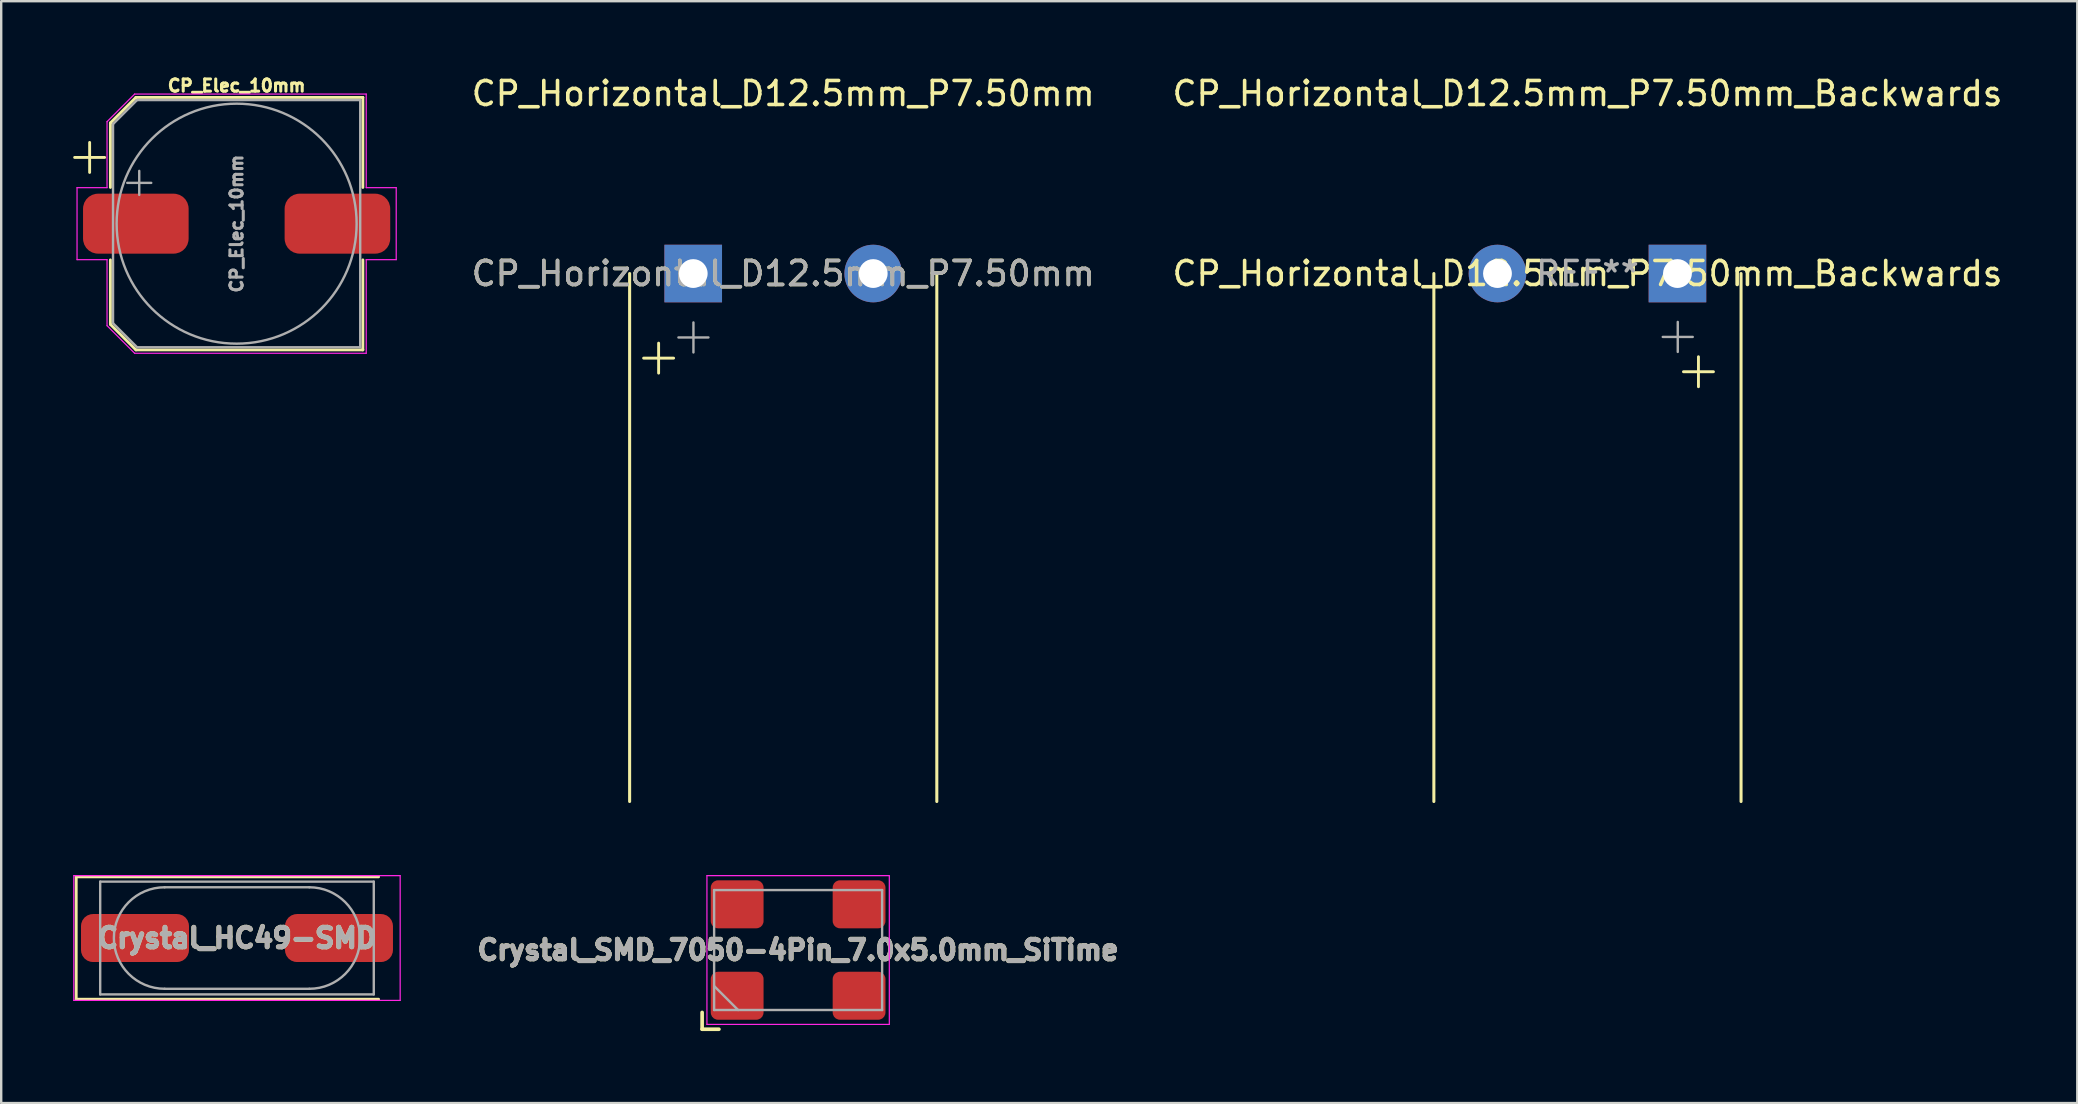
<source format=kicad_pcb>
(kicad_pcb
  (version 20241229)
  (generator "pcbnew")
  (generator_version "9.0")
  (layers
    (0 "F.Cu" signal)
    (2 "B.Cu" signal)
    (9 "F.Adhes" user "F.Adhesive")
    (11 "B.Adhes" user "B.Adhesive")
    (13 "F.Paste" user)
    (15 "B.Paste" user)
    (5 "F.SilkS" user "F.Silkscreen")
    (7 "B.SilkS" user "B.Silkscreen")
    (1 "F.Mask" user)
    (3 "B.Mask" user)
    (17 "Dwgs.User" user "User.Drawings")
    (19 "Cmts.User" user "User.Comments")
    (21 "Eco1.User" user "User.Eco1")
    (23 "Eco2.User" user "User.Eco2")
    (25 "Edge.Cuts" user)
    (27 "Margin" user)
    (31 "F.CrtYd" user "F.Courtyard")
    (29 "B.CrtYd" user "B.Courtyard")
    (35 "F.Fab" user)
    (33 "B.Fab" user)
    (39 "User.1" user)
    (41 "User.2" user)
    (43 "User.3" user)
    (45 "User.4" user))
  (footprint "CP_Elec_10mm"
    (layer "F.Cu")
    (at 6.81 6.27)
    (property "Reference" "CP_Elec_10mm" (at 0 -5.75 0) (layer "F.SilkS") (effects (font (size 0.508 0.508) (thickness 0.127))))
    (attr smd)
    (fp_line (start -6.75 -2.76) (end -5.5 -2.76) (stroke (width 0.12) (type solid)) (layer "F.SilkS"))
    (fp_line (start -6.125 -3.385) (end -6.125 -2.135) (stroke (width 0.12) (type solid)) (layer "F.SilkS"))
    (fp_line (start -5.26 -4.196) (end -5.26 -1.51) (stroke (width 0.12) (type solid)) (layer "F.SilkS"))
    (fp_line (start -5.26 -4.196) (end -4.196 -5.26) (stroke (width 0.12) (type solid)) (layer "F.SilkS"))
    (fp_line (start -5.26 4.196) (end -5.26 1.51) (stroke (width 0.12) (type solid)) (layer "F.SilkS"))
    (fp_line (start -5.26 4.196) (end -4.196 5.26) (stroke (width 0.12) (type solid)) (layer "F.SilkS"))
    (fp_line (start -4.196 -5.26) (end 5.26 -5.26) (stroke (width 0.12) (type solid)) (layer "F.SilkS"))
    (fp_line (start -4.196 5.26) (end 5.26 5.26) (stroke (width 0.12) (type solid)) (layer "F.SilkS"))
    (fp_line (start 5.26 -5.26) (end 5.26 -1.51) (stroke (width 0.12) (type solid)) (layer "F.SilkS"))
    (fp_line (start 5.26 5.26) (end 5.26 1.51) (stroke (width 0.12) (type solid)) (layer "F.SilkS"))
    (fp_line (start -6.65 -1.5) (end -6.65 1.5) (stroke (width 0.05) (type solid)) (layer "F.CrtYd"))
    (fp_line (start -6.65 1.5) (end -5.4 1.5) (stroke (width 0.05) (type solid)) (layer "F.CrtYd"))
    (fp_line (start -5.4 -4.25) (end -5.4 -1.5) (stroke (width 0.05) (type solid)) (layer "F.CrtYd"))
    (fp_line (start -5.4 -4.25) (end -4.25 -5.4) (stroke (width 0.05) (type solid)) (layer "F.CrtYd"))
    (fp_line (start -5.4 -1.5) (end -6.65 -1.5) (stroke (width 0.05) (type solid)) (layer "F.CrtYd"))
    (fp_line (start -5.4 1.5) (end -5.4 4.25) (stroke (width 0.05) (type solid)) (layer "F.CrtYd"))
    (fp_line (start -5.4 4.25) (end -4.25 5.4) (stroke (width 0.05) (type solid)) (layer "F.CrtYd"))
    (fp_line (start -4.25 -5.4) (end 5.4 -5.4) (stroke (width 0.05) (type solid)) (layer "F.CrtYd"))
    (fp_line (start -4.25 5.4) (end 5.4 5.4) (stroke (width 0.05) (type solid)) (layer "F.CrtYd"))
    (fp_line (start 5.4 -5.4) (end 5.4 -1.5) (stroke (width 0.05) (type solid)) (layer "F.CrtYd"))
    (fp_line (start 5.4 -1.5) (end 6.65 -1.5) (stroke (width 0.05) (type solid)) (layer "F.CrtYd"))
    (fp_line (start 5.4 1.5) (end 5.4 5.4) (stroke (width 0.05) (type solid)) (layer "F.CrtYd"))
    (fp_line (start 6.65 -1.5) (end 6.65 1.5) (stroke (width 0.05) (type solid)) (layer "F.CrtYd"))
    (fp_line (start 6.65 1.5) (end 5.4 1.5) (stroke (width 0.05) (type solid)) (layer "F.CrtYd"))
    (fp_line (start -5.15 -4.15) (end -5.15 4.15) (stroke (width 0.1) (type solid)) (layer "F.Fab"))
    (fp_line (start -5.15 -4.15) (end -4.15 -5.15) (stroke (width 0.1) (type solid)) (layer "F.Fab"))
    (fp_line (start -5.15 4.15) (end -4.15 5.15) (stroke (width 0.1) (type solid)) (layer "F.Fab"))
    (fp_line (start -4.558 -1.7) (end -3.558 -1.7) (stroke (width 0.1) (type solid)) (layer "F.Fab"))
    (fp_line (start -4.15 -5.15) (end 5.15 -5.15) (stroke (width 0.1) (type solid)) (layer "F.Fab"))
    (fp_line (start -4.15 5.15) (end 5.15 5.15) (stroke (width 0.1) (type solid)) (layer "F.Fab"))
    (fp_line (start -4.058 -2.2) (end -4.058 -1.2) (stroke (width 0.1) (type solid)) (layer "F.Fab"))
    (fp_line (start 5.15 -5.15) (end 5.15 5.15) (stroke (width 0.1) (type solid)) (layer "F.Fab"))
    (fp_circle (center 0 0) (end 5 0) (stroke (width 0.1) (type solid)) (fill no) (layer "F.Fab"))
    (fp_text user "${REFERENCE}" (at 0 0 90) (layer "F.Fab") (effects (font (size 0.508 0.508) (thickness 0.127))))
    (pad "1" smd roundrect (at -4.2 0) (size 4.4 2.5) (layers "F.Cu" "F.Mask" "F.Paste") (roundrect_rratio 0.25))
    (pad "2" smd roundrect (at 4.2 0) (size 4.4 2.5) (layers "F.Cu" "F.Mask" "F.Paste") (roundrect_rratio 0.25)))
  (footprint "CP_Horizontal_D12.5mm_P7.50mm"
    (layer "F.Cu")
    (at 25.836 8.348)
    (property "Reference" "CP_Horizontal_D12.5mm_P7.50mm" (at 3.75 -7.5 0) (layer "F.SilkS") (effects (font (size 1 1) (thickness 0.15))))
    (attr through_hole)
    (fp_line (start -2.65 0) (end -2.65 22) (stroke (width 0.127) (type solid)) (layer "F.SilkS"))
    (fp_line (start -2.067 3.525) (end -0.817 3.525) (stroke (width 0.12) (type solid)) (layer "F.SilkS"))
    (fp_line (start -1.442 2.9) (end -1.442 4.15) (stroke (width 0.12) (type solid)) (layer "F.SilkS"))
    (fp_line (start 10.15 0) (end 10.15 22) (stroke (width 0.127) (type solid)) (layer "F.SilkS"))
    (fp_line (start -0.616 2.663) (end 0.634 2.663) (stroke (width 0.1) (type solid)) (layer "F.Fab"))
    (fp_line (start 0.009 2.038) (end 0.009 3.288) (stroke (width 0.1) (type solid)) (layer "F.Fab"))
    (fp_text user "${REFERENCE}" (at 3.75 0 0) (layer "F.SilkS") (effects (font (size 1 1) (thickness 0.15))))
    (fp_text user "${REFERENCE}" (at 3.75 0 0) (layer "F.Fab") (effects (font (size 1 1) (thickness 0.15))))
    (pad "1" thru_hole rect (at 0 0) (size 2.4 2.4) (drill 1.2) (layers "*.Cu" "*.Mask"))
    (pad "2" thru_hole circle (at 7.5 0) (size 2.4 2.4) (drill 1.2) (layers "*.Cu" "*.Mask")))
  (footprint "Crystal_SMD_7050-4Pin_7.0x5.0mm_SiTime"
    (layer "F.Cu")
    (at 30.207 36.537)
    (property "Reference" "Crystal_SMD_7050-4Pin_7.0x5.0mm_SiTime" (at 0 0 0) (layer "F.Fab") (effects (font (size 0.813 0.813) (thickness 0.203))))
    (attr smd)
    (fp_line (start -4 3.3) (end -4 2.6) (stroke (width 0.152) (type solid)) (layer "F.SilkS"))
    (fp_line (start -4 3.3) (end -3.3 3.3) (stroke (width 0.152) (type solid)) (layer "F.SilkS"))
    (fp_line (start -3.8 -3.1) (end -3.8 3.1) (stroke (width 0.05) (type solid)) (layer "F.CrtYd"))
    (fp_line (start -3.8 3.1) (end 3.8 3.1) (stroke (width 0.05) (type solid)) (layer "F.CrtYd"))
    (fp_line (start 3.8 -3.1) (end -3.8 -3.1) (stroke (width 0.05) (type solid)) (layer "F.CrtYd"))
    (fp_line (start 3.8 3.1) (end 3.8 -3.1) (stroke (width 0.05) (type solid)) (layer "F.CrtYd"))
    (fp_line (start -3.5 -2.5) (end 3.5 -2.5) (stroke (width 0.1) (type solid)) (layer "F.Fab"))
    (fp_line (start -3.5 1.5) (end -2.5 2.5) (stroke (width 0.1) (type solid)) (layer "F.Fab"))
    (fp_line (start -3.5 2.5) (end -3.5 -2.5) (stroke (width 0.1) (type solid)) (layer "F.Fab"))
    (fp_line (start 3.5 -2.5) (end 3.5 2.5) (stroke (width 0.1) (type solid)) (layer "F.Fab"))
    (fp_line (start 3.5 2.5) (end -3.5 2.5) (stroke (width 0.1) (type solid)) (layer "F.Fab"))
    (fp_text user "${REFERENCE}" (at 0 0 0) (layer "F.SilkS") (effects (font (size 0.813 0.813) (thickness 0.203))))
    (pad "1" smd roundrect (at -2.54 1.905) (size 2.2 2) (layers "F.Cu" "F.Mask" "F.Paste") (roundrect_rratio 0.15))
    (pad "2" smd roundrect (at 2.54 1.905) (size 2.2 2) (layers "F.Cu" "F.Mask" "F.Paste") (roundrect_rratio 0.15))
    (pad "3" smd roundrect (at 2.54 -1.905) (size 2.2 2) (layers "F.Cu" "F.Mask" "F.Paste") (roundrect_rratio 0.15))
    (pad "4" smd roundrect (at -2.54 -1.905) (size 2.2 2) (layers "F.Cu" "F.Mask" "F.Paste") (roundrect_rratio 0.15)))
  (footprint "CP_Horizontal_D12.5mm_P7.50mm_Backwards"
    (layer "F.Cu")
    (at 59.348 8.348)
    (property "Reference" "CP_Horizontal_D12.5mm_P7.50mm_Backwards" (at 3.75 -7.5 0) (layer "F.SilkS") (effects (font (size 1 1) (thickness 0.15))))
    (attr through_hole)
    (fp_line (start -2.65 0) (end -2.65 22) (stroke (width 0.127) (type solid)) (layer "F.SilkS"))
    (fp_line (start 7.75 4.092) (end 9 4.092) (stroke (width 0.12) (type solid)) (layer "F.SilkS"))
    (fp_line (start 8.375 4.717) (end 8.375 3.467) (stroke (width 0.12) (type solid)) (layer "F.SilkS"))
    (fp_line (start 10.15 0) (end 10.15 22) (stroke (width 0.127) (type solid)) (layer "F.SilkS"))
    (fp_line (start 6.888 2.641) (end 8.137 2.641) (stroke (width 0.1) (type solid)) (layer "F.Fab"))
    (fp_line (start 7.513 3.266) (end 7.513 2.016) (stroke (width 0.1) (type solid)) (layer "F.Fab"))
    (fp_text user "${REFERENCE}" (at 3.75 0 0) (layer "F.SilkS") (effects (font (size 1 1) (thickness 0.15))))
    (fp_text user "REF**" (at 3.75 0 0) (layer "F.Fab") (effects (font (size 1 1) (thickness 0.15))))
    (pad "1" thru_hole rect (at 7.5 0) (size 2.4 2.4) (drill 1.2) (layers "*.Cu" "*.Mask"))
    (pad "2" thru_hole circle (at 0 0) (size 2.4 2.4) (drill 1.2) (layers "*.Cu" "*.Mask")))
  (footprint "Crystal_HC49-SMD"
    (layer "F.Cu")
    (at 6.825 36.037)
    (property "Reference" "Crystal_HC49-SMD" (at 0 0 0) (layer "F.Fab") (effects (font (size 0.813 0.813) (thickness 0.203))))
    (attr smd)
    (fp_line (start -6.7 -2.55) (end -6.7 2.55) (stroke (width 0.12) (type solid)) (layer "F.SilkS"))
    (fp_line (start -6.7 2.55) (end 5.9 2.55) (stroke (width 0.12) (type solid)) (layer "F.SilkS"))
    (fp_line (start 5.9 -2.55) (end -6.7 -2.55) (stroke (width 0.12) (type solid)) (layer "F.SilkS"))
    (fp_line (start -6.8 -2.6) (end -6.8 2.6) (stroke (width 0.05) (type solid)) (layer "F.CrtYd"))
    (fp_line (start -6.8 2.6) (end 6.8 2.6) (stroke (width 0.05) (type solid)) (layer "F.CrtYd"))
    (fp_line (start 6.8 -2.6) (end -6.8 -2.6) (stroke (width 0.05) (type solid)) (layer "F.CrtYd"))
    (fp_line (start 6.8 2.6) (end 6.8 -2.6) (stroke (width 0.05) (type solid)) (layer "F.CrtYd"))
    (fp_line (start -5.7 -2.35) (end -5.7 2.35) (stroke (width 0.1) (type solid)) (layer "F.Fab"))
    (fp_line (start -5.7 2.35) (end 5.7 2.35) (stroke (width 0.1) (type solid)) (layer "F.Fab"))
    (fp_line (start -3.015 -2.115) (end 3.015 -2.115) (stroke (width 0.1) (type solid)) (layer "F.Fab"))
    (fp_line (start -3.015 2.115) (end 3.015 2.115) (stroke (width 0.1) (type solid)) (layer "F.Fab"))
    (fp_line (start 5.7 -2.35) (end -5.7 -2.35) (stroke (width 0.1) (type solid)) (layer "F.Fab"))
    (fp_line (start 5.7 2.35) (end 5.7 -2.35) (stroke (width 0.1) (type solid)) (layer "F.Fab"))
    (fp_arc (start -3.015 2.115) (mid -5.13 0) (end -3.015 -2.115) (stroke (width 0.1) (type solid)) (layer "F.Fab"))
    (fp_arc (start 3.015 -2.115) (mid 5.13 0) (end 3.015 2.115) (stroke (width 0.1) (type solid)) (layer "F.Fab"))
    (fp_text user "${REFERENCE}" (at 0 0 180) (layer "F.SilkS") (effects (font (size 0.813 0.813) (thickness 0.203))))
    (pad "1" smd roundrect (at -4.25 0) (size 4.5 2) (layers "F.Cu" "F.Mask" "F.Paste") (roundrect_rratio 0.25))
    (pad "2" smd roundrect (at 4.25 0) (size 4.5 2) (layers "F.Cu" "F.Mask" "F.Paste") (roundrect_rratio 0.25)))
  (gr_rect
    (start -3 -3)
    (end 83.509 42.913)
    (stroke (width 0.1) (type default))
    (fill no)
    (layer "Edge.Cuts")))
</source>
